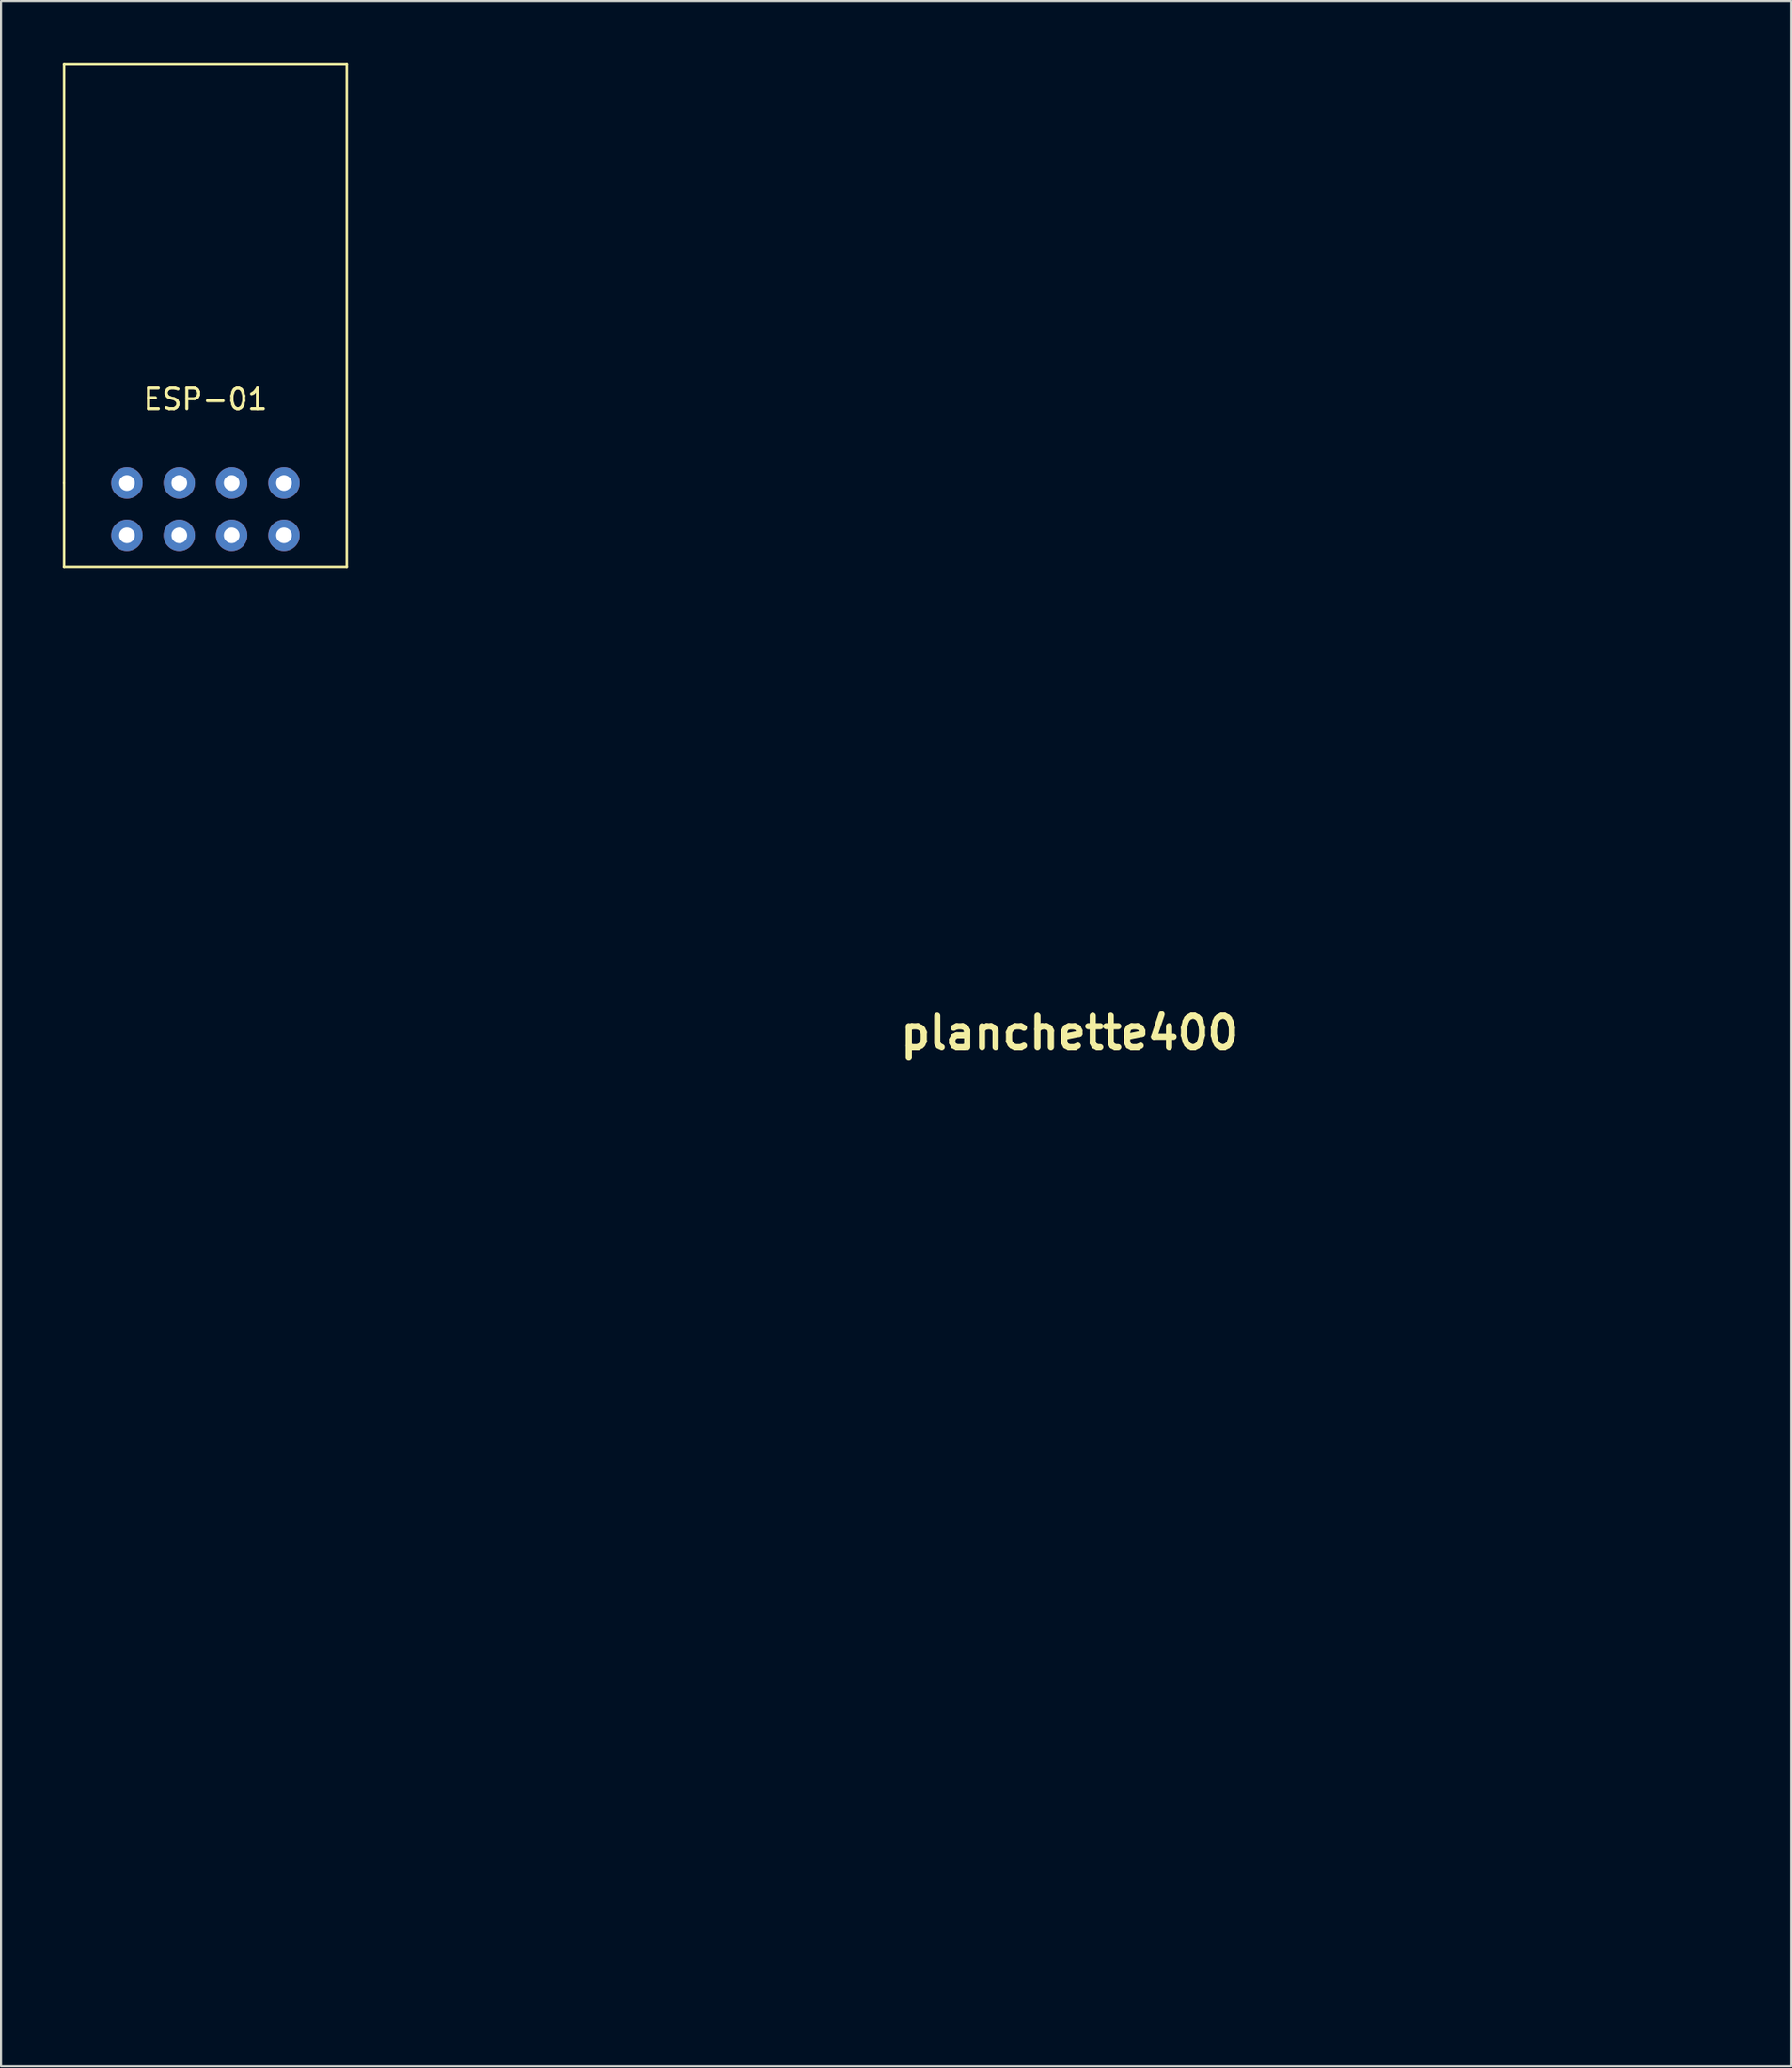
<source format=kicad_pcb>
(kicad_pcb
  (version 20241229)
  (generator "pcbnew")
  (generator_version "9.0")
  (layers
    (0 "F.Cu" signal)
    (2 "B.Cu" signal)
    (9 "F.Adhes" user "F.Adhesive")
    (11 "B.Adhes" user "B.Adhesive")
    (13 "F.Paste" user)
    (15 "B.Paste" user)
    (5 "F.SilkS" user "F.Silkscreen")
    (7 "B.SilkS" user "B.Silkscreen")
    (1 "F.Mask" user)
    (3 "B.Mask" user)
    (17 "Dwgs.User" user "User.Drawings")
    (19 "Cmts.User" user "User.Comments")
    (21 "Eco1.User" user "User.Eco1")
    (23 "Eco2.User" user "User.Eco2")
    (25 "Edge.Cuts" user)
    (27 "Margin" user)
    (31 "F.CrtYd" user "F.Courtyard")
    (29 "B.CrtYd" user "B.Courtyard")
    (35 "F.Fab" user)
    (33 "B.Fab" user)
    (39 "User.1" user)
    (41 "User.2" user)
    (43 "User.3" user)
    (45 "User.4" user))
  (footprint "planchette400"
    (layer "F.Cu")
    (at 48.845 47.059)
    (property "Reference" "planchette400" (at 0 0 0) (layer "F.SilkS") (effects (font (size 1.524 1.524) (thickness 0.3))))
    (attr through_hole)
    (fp_poly (pts (xy 32.004 -8.319) (xy 32.004 -5.255) (xy 32.004 -2.317) (xy 32.003 0.495) (xy 32.002 3.181) (xy 32.001 5.741) (xy 32 8.175) (xy 31.999 10.482) (xy 31.997 12.664) (xy 31.996 14.72) (xy 31.994 16.649) (xy 31.991 18.453) (xy 31.989 20.13) (xy 31.986 21.68) (xy 31.984 23.104) (xy 31.981 24.402) (xy 31.977 25.573) (xy 31.974 26.618) (xy 31.97 27.536) (xy 31.967 28.327) (xy 31.962 28.992) (xy 31.958 29.529) (xy 31.954 29.94) (xy 31.949 30.225) (xy 31.944 30.382) (xy 31.941 30.416) (xy 31.918 30.354) (xy 31.9 30.171) (xy 31.887 29.875) (xy 31.879 29.471) (xy 31.877 29.034) (xy 31.874 28.587) (xy 31.865 28.145) (xy 31.852 27.739) (xy 31.835 27.396) (xy 31.815 27.146) (xy 31.811 27.113) (xy 31.744 26.63) (xy 31.649 26.042) (xy 31.528 25.366) (xy 31.386 24.62) (xy 31.228 23.823) (xy 31.055 22.99) (xy 30.873 22.141) (xy 30.685 21.293) (xy 30.494 20.462) (xy 30.305 19.668) (xy 30.121 18.928) (xy 29.946 18.259) (xy 29.876 18.002) (xy 29.764 17.585) (xy 29.635 17.092) (xy 29.503 16.569) (xy 29.379 16.064) (xy 29.312 15.78) (xy 29.233 15.458) (xy 29.121 15.029) (xy 28.982 14.506) (xy 28.817 13.905) (xy 28.633 13.238) (xy 28.432 12.521) (xy 28.219 11.767) (xy 27.999 10.992) (xy 27.774 10.208) (xy 27.549 9.43) (xy 27.328 8.673) (xy 27.115 7.95) (xy 26.915 7.276) (xy 26.731 6.665) (xy 26.567 6.131) (xy 26.446 5.747) (xy 26.303 5.292) (xy 26.162 4.835) (xy 26.033 4.403) (xy 25.923 4.025) (xy 25.84 3.728) (xy 25.815 3.633) (xy 25.725 3.307) (xy 25.589 2.866) (xy 25.41 2.312) (xy 25.186 1.648) (xy 24.921 0.878) (xy 24.614 0.003) (xy 24.267 -0.973) (xy 23.92 -1.937) (xy 23.246 -3.772) (xy 22.594 -5.497) (xy 21.955 -7.123) (xy 21.325 -8.666) (xy 20.698 -10.138) (xy 20.068 -11.553) (xy 19.429 -12.924) (xy 18.775 -14.264) (xy 18.1 -15.587) (xy 17.399 -16.907) (xy 17.27 -17.145) (xy 17.058 -17.537) (xy 16.802 -18.019) (xy 16.515 -18.568) (xy 16.207 -19.159) (xy 15.892 -19.769) (xy 15.582 -20.375) (xy 15.303 -20.923) (xy 15.017 -21.488) (xy 14.721 -22.066) (xy 14.428 -22.638) (xy 14.146 -23.182) (xy 13.889 -23.677) (xy 13.666 -24.101) (xy 13.488 -24.435) (xy 13.481 -24.448) (xy 13.265 -24.849) (xy 13.009 -25.33) (xy 12.73 -25.856) (xy 12.446 -26.393) (xy 12.175 -26.908) (xy 12.044 -27.159) (xy 11.792 -27.634) (xy 11.493 -28.185) (xy 11.164 -28.779) (xy 10.825 -29.382) (xy 10.494 -29.962) (xy 10.204 -30.461) (xy 9.946 -30.904) (xy 9.704 -31.324) (xy 9.487 -31.706) (xy 9.304 -32.034) (xy 9.164 -32.291) (xy 9.076 -32.464) (xy 9.055 -32.512) (xy 9.002 -32.632) (xy 8.914 -32.808) (xy 8.788 -33.045) (xy 8.622 -33.348) (xy 8.412 -33.722) (xy 8.155 -34.173) (xy 7.849 -34.706) (xy 7.49 -35.325) (xy 7.076 -36.037) (xy 6.603 -36.846) (xy 6.069 -37.757) (xy 5.906 -38.036) (xy 5.439 -38.831) (xy 5.03 -39.529) (xy 4.671 -40.144) (xy 4.354 -40.688) (xy 4.072 -41.176) (xy 3.817 -41.619) (xy 3.581 -42.031) (xy 3.359 -42.425) (xy 3.141 -42.815) (xy 2.921 -43.212) (xy 2.691 -43.631) (xy 2.443 -44.083) (xy 2.191 -44.545) (xy 1.947 -44.993) (xy 1.718 -45.408) (xy 1.512 -45.777) (xy 1.337 -46.086) (xy 1.202 -46.32) (xy 1.114 -46.465) (xy 1.087 -46.504) (xy 0.855 -46.69) (xy 0.56 -46.781) (xy 0.25 -46.787) (xy -0.043 -46.738) (xy -0.304 -46.627) (xy -0.556 -46.438) (xy -0.818 -46.157) (xy -1.024 -45.892) (xy -1.177 -45.678) (xy -1.391 -45.371) (xy -1.656 -44.983) (xy -1.965 -44.527) (xy -2.308 -44.016) (xy -2.678 -43.463) (xy -3.066 -42.881) (xy -3.463 -42.283) (xy -3.861 -41.682) (xy -4.25 -41.09) (xy -4.624 -40.52) (xy -4.972 -39.986) (xy -5.287 -39.5) (xy -5.56 -39.076) (xy -5.782 -38.726) (xy -5.945 -38.462) (xy -5.972 -38.417) (xy -6.214 -38.019) (xy -6.499 -37.558) (xy -6.799 -37.079) (xy -7.087 -36.626) (xy -7.241 -36.386) (xy -7.449 -36.059) (xy -7.705 -35.646) (xy -7.994 -35.172) (xy -8.3 -34.662) (xy -8.611 -34.139) (xy -8.909 -33.629) (xy -8.986 -33.496) (xy -9.281 -32.988) (xy -9.591 -32.455) (xy -9.901 -31.923) (xy -10.197 -31.417) (xy -10.464 -30.963) (xy -10.685 -30.588) (xy -10.73 -30.512) (xy -10.99 -30.068) (xy -11.277 -29.566) (xy -11.567 -29.05) (xy -11.835 -28.565) (xy -12 -28.258) (xy -12.154 -27.969) (xy -12.294 -27.706) (xy -12.43 -27.455) (xy -12.568 -27.2) (xy -12.717 -26.928) (xy -12.885 -26.624) (xy -13.08 -26.274) (xy -13.309 -25.863) (xy -13.581 -25.378) (xy -13.903 -24.803) (xy -14.085 -24.479) (xy -14.277 -24.13) (xy -14.518 -23.685) (xy -14.798 -23.16) (xy -15.109 -22.571) (xy -15.442 -21.937) (xy -15.788 -21.273) (xy -16.138 -20.596) (xy -16.485 -19.924) (xy -16.818 -19.273) (xy -17.13 -18.66) (xy -17.412 -18.101) (xy -17.654 -17.614) (xy -17.76 -17.399) (xy -17.903 -17.108) (xy -18.093 -16.72) (xy -18.322 -16.254) (xy -18.581 -15.727) (xy -18.863 -15.157) (xy -19.157 -14.562) (xy -19.455 -13.958) (xy -19.669 -13.525) (xy -19.992 -12.867) (xy -20.308 -12.212) (xy -20.608 -11.578) (xy -20.886 -10.983) (xy -21.131 -10.445) (xy -21.338 -9.98) (xy -21.496 -9.606) (xy -21.529 -9.525) (xy -21.716 -9.065) (xy -21.939 -8.533) (xy -22.177 -7.973) (xy -22.414 -7.43) (xy -22.626 -6.953) (xy -22.768 -6.637) (xy -22.901 -6.336) (xy -23.03 -6.04) (xy -23.158 -5.738) (xy -23.289 -5.42) (xy -23.428 -5.075) (xy -23.578 -4.693) (xy -23.744 -4.262) (xy -23.93 -3.774) (xy -24.14 -3.217) (xy -24.377 -2.58) (xy -24.647 -1.853) (xy -24.953 -1.027) (xy -25.227 -0.286) (xy -25.542 0.567) (xy -25.815 1.314) (xy -26.052 1.966) (xy -26.257 2.538) (xy -26.434 3.04) (xy -26.587 3.485) (xy -26.722 3.886) (xy -26.841 4.255) (xy -26.949 4.605) (xy -27.051 4.948) (xy -27.117 5.175) (xy -27.192 5.43) (xy -27.3 5.781) (xy -27.431 6.201) (xy -27.578 6.665) (xy -27.732 7.148) (xy -27.854 7.525) (xy -28.031 8.084) (xy -28.221 8.718) (xy -28.412 9.383) (xy -28.592 10.035) (xy -28.747 10.627) (xy -28.797 10.827) (xy -28.934 11.385) (xy -29.087 12.012) (xy -29.247 12.663) (xy -29.401 13.294) (xy -29.54 13.861) (xy -29.583 14.034) (xy -29.765 14.78) (xy -29.92 15.426) (xy -30.053 15.991) (xy -30.168 16.497) (xy -30.269 16.967) (xy -30.36 17.42) (xy -30.446 17.879) (xy -30.531 18.365) (xy -30.619 18.9) (xy -30.714 19.505) (xy -30.822 20.202) (xy -30.83 20.256) (xy -30.91 20.769) (xy -30.99 21.277) (xy -31.066 21.755) (xy -31.136 22.181) (xy -31.194 22.53) (xy -31.238 22.78) (xy -31.241 22.797) (xy -31.384 23.588) (xy -31.503 24.29) (xy -31.6 24.93) (xy -31.677 25.534) (xy -31.739 26.132) (xy -31.787 26.75) (xy -31.825 27.417) (xy -31.855 28.158) (xy -31.877 28.885) (xy -31.903 30.351) (xy -31.894 31.704) (xy -31.849 32.957) (xy -31.768 34.119) (xy -31.649 35.203) (xy -31.49 36.219) (xy -31.291 37.177) (xy -31.049 38.09) (xy -30.765 38.966) (xy -30.639 39.309) (xy -30.424 39.834) (xy -30.166 40.401) (xy -29.883 40.973) (xy -29.594 41.514) (xy -29.316 41.987) (xy -29.203 42.164) (xy -28.91 42.563) (xy -28.538 43.003) (xy -28.112 43.46) (xy -27.661 43.905) (xy -27.209 44.313) (xy -26.784 44.656) (xy -26.55 44.823) (xy -25.729 45.311) (xy -24.819 45.748) (xy -23.854 46.122) (xy -22.866 46.418) (xy -22.828 46.427) (xy -22.428 46.502) (xy -21.919 46.555) (xy -21.317 46.587) (xy -20.637 46.598) (xy -19.895 46.587) (xy -19.108 46.556) (xy -18.291 46.504) (xy -17.46 46.431) (xy -17.014 46.384) (xy -16.8 46.359) (xy -16.586 46.333) (xy -16.361 46.303) (xy -16.109 46.268) (xy -15.819 46.226) (xy -15.475 46.175) (xy -15.066 46.113) (xy -14.578 46.038) (xy -13.997 45.947) (xy -13.31 45.839) (xy -12.954 45.783) (xy -11.804 45.605) (xy -10.779 45.449) (xy -9.877 45.318) (xy -9.097 45.21) (xy -8.439 45.125) (xy -7.903 45.063) (xy -7.486 45.025) (xy -7.429 45.021) (xy -7.065 44.992) (xy -6.619 44.951) (xy -6.135 44.902) (xy -5.658 44.849) (xy -5.397 44.818) (xy -5.133 44.787) (xy -4.887 44.76) (xy -4.647 44.738) (xy -4.399 44.72) (xy -4.129 44.706) (xy -3.823 44.695) (xy -3.468 44.687) (xy -3.05 44.681) (xy -2.557 44.677) (xy -1.973 44.675) (xy -1.286 44.674) (xy -0.699 44.673) (xy 0.076 44.673) (xy 0.751 44.675) (xy 1.341 44.678) (xy 1.866 44.686) (xy 2.34 44.698) (xy 2.782 44.718) (xy 3.208 44.745) (xy 3.636 44.781) (xy 4.081 44.828) (xy 4.562 44.886) (xy 5.096 44.957) (xy 5.698 45.043) (xy 6.386 45.145) (xy 7.178 45.264) (xy 7.461 45.306) (xy 8.127 45.405) (xy 8.69 45.488) (xy 9.174 45.556) (xy 9.603 45.612) (xy 9.999 45.66) (xy 10.387 45.701) (xy 10.788 45.74) (xy 11.227 45.778) (xy 11.705 45.817) (xy 12.132 45.855) (xy 12.562 45.901) (xy 12.961 45.951) (xy 13.294 46.001) (xy 13.483 46.035) (xy 13.723 46.081) (xy 14.061 46.139) (xy 14.467 46.203) (xy 14.913 46.269) (xy 15.369 46.334) (xy 15.494 46.351) (xy 16.709 46.509) (xy 17.809 46.64) (xy 18.804 46.744) (xy 19.704 46.821) (xy 20.518 46.872) (xy 21.255 46.896) (xy 21.926 46.895) (xy 22.539 46.868) (xy 23.104 46.816) (xy 23.631 46.739) (xy 24.13 46.638) (xy 24.268 46.604) (xy 25.037 46.353) (xy 25.806 45.995) (xy 26.556 45.543) (xy 27.263 45.015) (xy 27.908 44.426) (xy 28.47 43.791) (xy 28.926 43.128) (xy 28.934 43.115) (xy 29.66 41.767) (xy 30.274 40.385) (xy 30.783 38.955) (xy 31.19 37.464) (xy 31.462 36.122) (xy 31.551 35.588) (xy 31.628 35.072) (xy 31.696 34.553) (xy 31.756 34.011) (xy 31.811 33.423) (xy 31.864 32.769) (xy 31.915 32.029) (xy 31.962 31.274) (xy 31.965 31.296) (xy 31.967 31.439) (xy 31.97 31.694) (xy 31.972 32.054) (xy 31.975 32.513) (xy 31.977 33.064) (xy 31.98 33.698) (xy 31.982 34.41) (xy 31.985 35.191) (xy 31.987 36.035) (xy 31.989 36.934) (xy 31.991 37.882) (xy 31.992 38.871) (xy 31.993 39.037) (xy 32.004 47.117) (xy -32.004 47.117) (xy -32.004 -47.053) (xy 32.004 -47.053) (xy 32.004 -8.319)) (stroke (width 0.01) (type solid)) (fill no) (layer "Eco1.User")))
  (footprint "ESP-01"
    (layer "F.Cu")
    (at 6.918 20.38)
    (property "Reference" "ESP-01" (at 0 -4.064 0) (layer "F.SilkS") (effects (font (size 1 1) (thickness 0.15))))
    (attr through_hole)
    (fp_line (start -6.858 -20.32) (end -6.858 0) (stroke (width 0.12) (type solid)) (layer "F.SilkS"))
    (fp_line (start -6.858 0) (end -6.858 4.064) (stroke (width 0.12) (type solid)) (layer "F.SilkS"))
    (fp_line (start -6.858 4.064) (end 6.858 4.064) (stroke (width 0.12) (type solid)) (layer "F.SilkS"))
    (fp_line (start 6.858 -20.32) (end -6.858 -20.32) (stroke (width 0.12) (type solid)) (layer "F.SilkS"))
    (fp_line (start 6.858 4.064) (end 6.858 -20.32) (stroke (width 0.12) (type solid)) (layer "F.SilkS"))
    (pad "1" thru_hole circle (at -3.81 2.54) (size 1.524 1.524) (drill 0.762) (layers "*.Cu" "*.Mask"))
    (pad "2" thru_hole circle (at -1.27 2.54) (size 1.524 1.524) (drill 0.762) (layers "*.Cu" "*.Mask"))
    (pad "3" thru_hole circle (at 1.27 2.54) (size 1.524 1.524) (drill 0.762) (layers "*.Cu" "*.Mask"))
    (pad "4" thru_hole circle (at 3.81 2.54) (size 1.524 1.524) (drill 0.762) (layers "*.Cu" "*.Mask"))
    (pad "5" thru_hole circle (at 3.81 0) (size 1.524 1.524) (drill 0.762) (layers "*.Cu" "*.Mask"))
    (pad "6" thru_hole circle (at 1.27 0) (size 1.524 1.524) (drill 0.762) (layers "*.Cu" "*.Mask"))
    (pad "7" thru_hole circle (at -1.27 0) (size 1.524 1.524) (drill 0.762) (layers "*.Cu" "*.Mask"))
    (pad "8" thru_hole circle (at -3.81 0) (size 1.524 1.524) (drill 0.762) (layers "*.Cu" "*.Mask")))
  (gr_rect
    (start -3 -3)
    (end 83.854 97.18)
    (stroke (width 0.1) (type default))
    (fill no)
    (layer "Edge.Cuts")))
</source>
